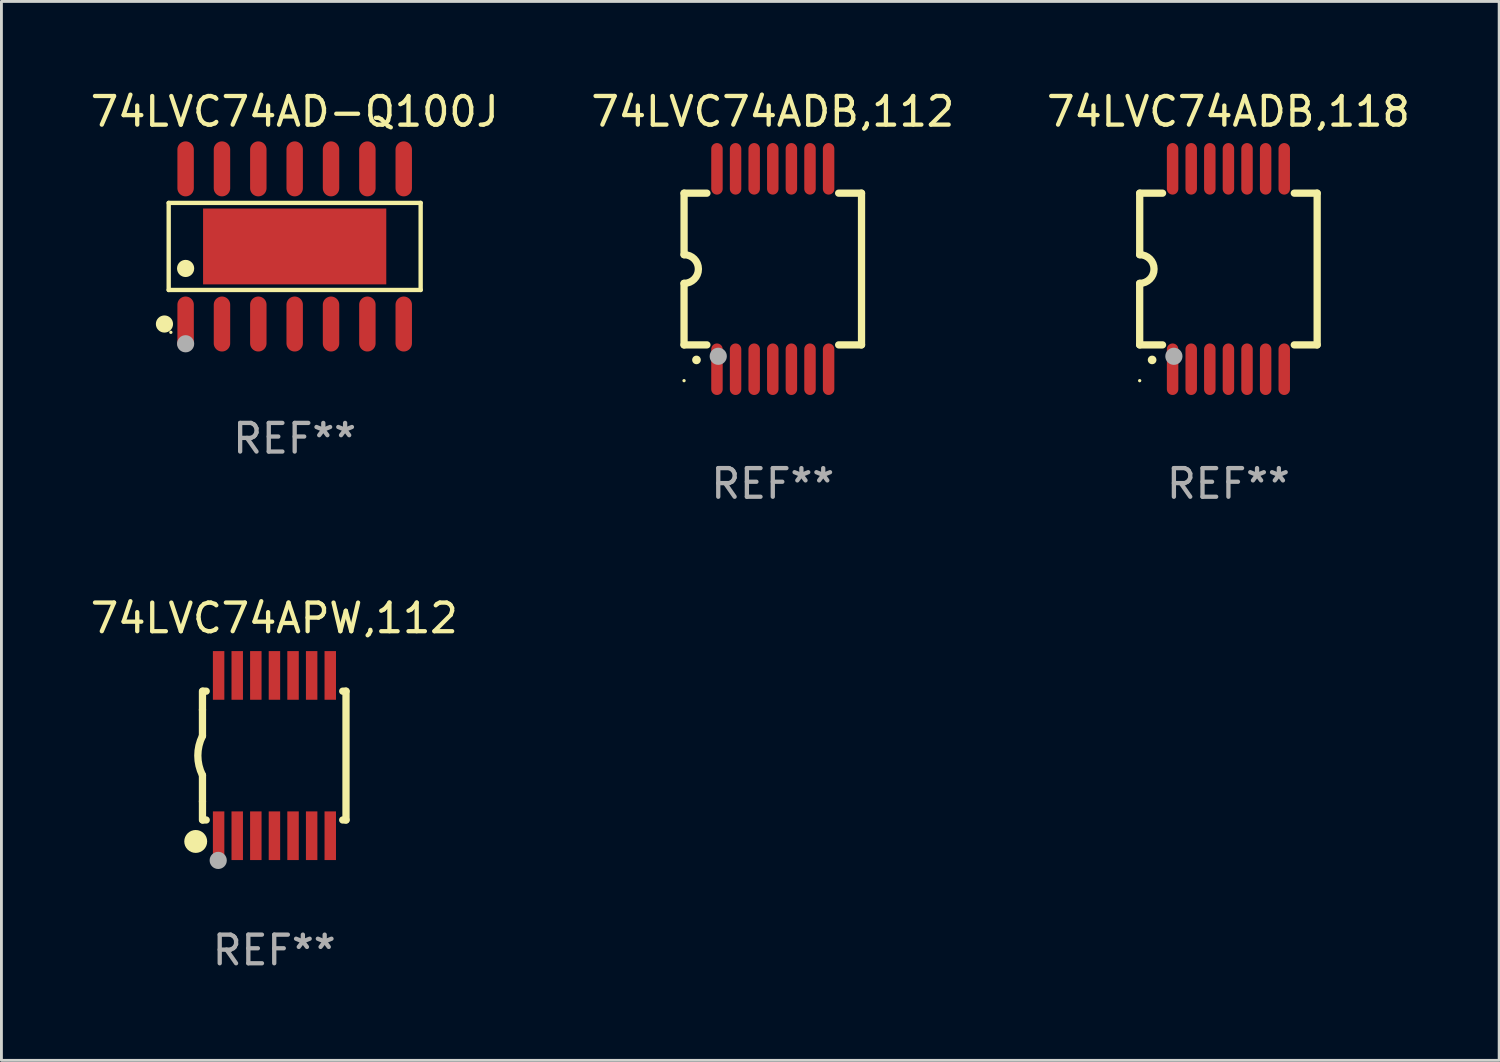
<source format=kicad_pcb>
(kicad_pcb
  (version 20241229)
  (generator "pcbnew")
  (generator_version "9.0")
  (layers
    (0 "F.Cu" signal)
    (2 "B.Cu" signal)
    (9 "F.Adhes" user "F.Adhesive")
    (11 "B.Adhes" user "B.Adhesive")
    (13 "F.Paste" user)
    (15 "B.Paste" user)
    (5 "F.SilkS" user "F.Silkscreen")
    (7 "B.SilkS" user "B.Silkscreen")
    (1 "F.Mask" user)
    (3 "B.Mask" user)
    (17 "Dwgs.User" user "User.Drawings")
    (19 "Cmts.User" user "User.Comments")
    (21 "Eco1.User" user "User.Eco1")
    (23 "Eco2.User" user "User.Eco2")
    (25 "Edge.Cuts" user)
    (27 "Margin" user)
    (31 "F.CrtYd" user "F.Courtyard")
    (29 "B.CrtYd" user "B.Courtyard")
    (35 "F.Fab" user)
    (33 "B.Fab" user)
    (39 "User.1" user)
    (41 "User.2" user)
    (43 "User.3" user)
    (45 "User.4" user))
  (footprint "74LVC74AD-Q100J"
    (layer "F.Cu")
    (at 7.244 5.559)
    (property "Reference" "74LVC74AD-Q100J" (at 0 -4.71 0) (layer "F.SilkS") (effects (font (size 1 1) (thickness 0.15))))
    (attr through_hole)
    (fp_line (start -4.401 -1.521) (end 4.401 -1.521) (stroke (width 0.152) (type solid)) (layer "F.SilkS"))
    (fp_line (start -4.401 1.521) (end -4.401 -1.521) (stroke (width 0.152) (type solid)) (layer "F.SilkS"))
    (fp_line (start 4.401 -1.521) (end 4.401 1.521) (stroke (width 0.152) (type solid)) (layer "F.SilkS"))
    (fp_line (start 4.401 1.521) (end -4.401 1.521) (stroke (width 0.152) (type solid)) (layer "F.SilkS"))
    (fp_circle (center -4.549 2.71) (end -4.399 2.71) (stroke (width 0.3) (type solid)) (fill no) (layer "F.SilkS"))
    (fp_circle (center -4.325 3) (end -4.295 3) (stroke (width 0.06) (type solid)) (fill no) (layer "F.SilkS"))
    (fp_circle (center -3.81 0.769) (end -3.66 0.769) (stroke (width 0.3) (type solid)) (fill no) (layer "F.SilkS"))
    (fp_circle (center -3.81 3.4) (end -3.66 3.4) (stroke (width 0.3) (type solid)) (fill no) (layer "F.Fab"))
    (fp_text user "REF**" (at 0 6.71 0) (layer "F.Fab") (effects (font (size 1 1) (thickness 0.15))))
    (pad "1" smd oval (at -3.81 2.71) (size 0.574 1.921) (layers "F.Cu" "F.Mask" "F.Paste"))
    (pad "2" smd oval (at -2.54 2.71) (size 0.574 1.921) (layers "F.Cu" "F.Mask" "F.Paste"))
    (pad "3" smd oval (at -1.27 2.71) (size 0.574 1.921) (layers "F.Cu" "F.Mask" "F.Paste"))
    (pad "4" smd oval (at 0 2.71) (size 0.574 1.921) (layers "F.Cu" "F.Mask" "F.Paste"))
    (pad "5" smd oval (at 1.27 2.71) (size 0.574 1.921) (layers "F.Cu" "F.Mask" "F.Paste"))
    (pad "6" smd oval (at 2.54 2.71) (size 0.574 1.921) (layers "F.Cu" "F.Mask" "F.Paste"))
    (pad "7" smd oval (at 3.81 2.71) (size 0.574 1.921) (layers "F.Cu" "F.Mask" "F.Paste"))
    (pad "8" smd oval (at 3.81 -2.71) (size 0.574 1.921) (layers "F.Cu" "F.Mask" "F.Paste"))
    (pad "9" smd oval (at 2.54 -2.71) (size 0.574 1.921) (layers "F.Cu" "F.Mask" "F.Paste"))
    (pad "10" smd oval (at 1.27 -2.71) (size 0.574 1.921) (layers "F.Cu" "F.Mask" "F.Paste"))
    (pad "11" smd oval (at 0 -2.71) (size 0.574 1.921) (layers "F.Cu" "F.Mask" "F.Paste"))
    (pad "12" smd oval (at -1.27 -2.71) (size 0.574 1.921) (layers "F.Cu" "F.Mask" "F.Paste"))
    (pad "13" smd oval (at -2.54 -2.71) (size 0.574 1.921) (layers "F.Cu" "F.Mask" "F.Paste"))
    (pad "14" smd oval (at -3.81 -2.71) (size 0.574 1.921) (layers "F.Cu" "F.Mask" "F.Paste"))
    (pad "15" smd rect (at 0 0) (size 6.4 2.65) (layers "F.Cu" "F.Mask" "F.Paste")))
  (footprint "74LVC74APW,112"
    (layer "F.Cu")
    (at 6.53 23.345)
    (property "Reference" "74LVC74APW,112" (at 0 -4.8 0) (layer "F.SilkS") (effects (font (size 1 1) (thickness 0.15))))
    (attr through_hole)
    (fp_line (start -2.507 -1.6) (end -2.507 -2.25) (stroke (width 0.254) (type solid)) (layer "F.SilkS"))
    (fp_line (start -2.507 -0.686) (end -2.507 -1.6) (stroke (width 0.254) (type solid)) (layer "F.SilkS"))
    (fp_line (start -2.507 1.6) (end -2.507 0.686) (stroke (width 0.254) (type solid)) (layer "F.SilkS"))
    (fp_line (start -2.507 1.6) (end -2.507 2.25) (stroke (width 0.254) (type solid)) (layer "F.SilkS"))
    (fp_line (start -2.493 -2.25) (end -2.377 -2.25) (stroke (width 0.254) (type solid)) (layer "F.SilkS"))
    (fp_line (start -2.377 2.25) (end -2.493 2.25) (stroke (width 0.254) (type solid)) (layer "F.SilkS"))
    (fp_line (start 2.392 -2.25) (end 2.507 -2.25) (stroke (width 0.254) (type solid)) (layer "F.SilkS"))
    (fp_line (start 2.507 -2.25) (end 2.507 2.25) (stroke (width 0.254) (type solid)) (layer "F.SilkS"))
    (fp_line (start 2.507 2.25) (end 2.392 2.25) (stroke (width 0.254) (type solid)) (layer "F.SilkS"))
    (fp_arc (start -2.507303 0.685802) (mid -2.669199 0) (end -2.507303 -0.685801) (stroke (width 0.254001) (type solid)) (layer "F.SilkS"))
    (fp_circle (center -2.743 3) (end -2.543 3) (stroke (width 0.4) (type solid)) (fill no) (layer "F.SilkS"))
    (fp_circle (center -2.493 3.2) (end -2.463 3.2) (stroke (width 0.06) (type solid)) (fill no) (layer "F.SilkS"))
    (fp_circle (center -1.957 3.662) (end -1.807 3.662) (stroke (width 0.3) (type solid)) (fill no) (layer "F.Fab"))
    (fp_text user "REF**" (at 0 6.8 0) (layer "F.Fab") (effects (font (size 1 1) (thickness 0.15))))
    (pad "1" smd rect (at -1.943 2.8) (size 0.4 1.7) (layers "F.Cu" "F.Mask" "F.Paste"))
    (pad "2" smd rect (at -1.293 2.8) (size 0.4 1.7) (layers "F.Cu" "F.Mask" "F.Paste"))
    (pad "3" smd rect (at -0.643 2.8) (size 0.4 1.7) (layers "F.Cu" "F.Mask" "F.Paste"))
    (pad "4" smd rect (at 0.007 2.8) (size 0.4 1.7) (layers "F.Cu" "F.Mask" "F.Paste"))
    (pad "5" smd rect (at 0.657 2.8) (size 0.4 1.7) (layers "F.Cu" "F.Mask" "F.Paste"))
    (pad "6" smd rect (at 1.307 2.8) (size 0.4 1.7) (layers "F.Cu" "F.Mask" "F.Paste"))
    (pad "7" smd rect (at 1.957 2.8) (size 0.4 1.7) (layers "F.Cu" "F.Mask" "F.Paste"))
    (pad "8" smd rect (at 1.957 -2.8) (size 0.4 1.7) (layers "F.Cu" "F.Mask" "F.Paste"))
    (pad "9" smd rect (at 1.307 -2.8) (size 0.4 1.7) (layers "F.Cu" "F.Mask" "F.Paste"))
    (pad "10" smd rect (at 0.657 -2.8) (size 0.4 1.7) (layers "F.Cu" "F.Mask" "F.Paste"))
    (pad "11" smd rect (at 0.007 -2.8) (size 0.4 1.7) (layers "F.Cu" "F.Mask" "F.Paste"))
    (pad "12" smd rect (at -0.643 -2.8) (size 0.4 1.7) (layers "F.Cu" "F.Mask" "F.Paste"))
    (pad "13" smd rect (at -1.293 -2.8) (size 0.4 1.7) (layers "F.Cu" "F.Mask" "F.Paste"))
    (pad "14" smd rect (at -1.943 -2.8) (size 0.4 1.7) (layers "F.Cu" "F.Mask" "F.Paste")))
  (footprint "74LVC74ADB,118"
    (layer "F.Cu")
    (at 39.863 6.348)
    (property "Reference" "74LVC74ADB,118" (at 0 -5.5 0) (layer "F.SilkS") (effects (font (size 1 1) (thickness 0.15))))
    (attr through_hole)
    (fp_line (start -3.1 2.65) (end -3.1 0.5) (stroke (width 0.254) (type solid)) (layer "F.SilkS"))
    (fp_line (start -3.099 -2.65) (end -2.301 -2.65) (stroke (width 0.254) (type solid)) (layer "F.SilkS"))
    (fp_line (start -3.099 -0.5) (end -3.099 -2.65) (stroke (width 0.254) (type solid)) (layer "F.SilkS"))
    (fp_line (start -2.301 2.65) (end -3.1 2.65) (stroke (width 0.254) (type solid)) (layer "F.SilkS"))
    (fp_line (start 2.301 -2.65) (end 3.1 -2.65) (stroke (width 0.254) (type solid)) (layer "F.SilkS"))
    (fp_line (start 3.1 -2.65) (end 3.1 2.65) (stroke (width 0.254) (type solid)) (layer "F.SilkS"))
    (fp_line (start 3.1 2.65) (end 2.301 2.65) (stroke (width 0.254) (type solid)) (layer "F.SilkS"))
    (fp_arc (start -3.098806 -0.500381) (mid -2.598806 0) (end -3.098806 0.500381) (stroke (width 0.254001) (type solid)) (layer "F.SilkS"))
    (fp_arc (start -2.667005 3.175006) (mid -2.665735 3.175001) (end -2.664465 3.175006) (stroke (width 0.3) (type solid)) (layer "F.SilkS"))
    (fp_circle (center -3.1 3.9) (end -3.07 3.9) (stroke (width 0.06) (type solid)) (fill no) (layer "F.SilkS"))
    (fp_circle (center -1.905 3.048) (end -1.755 3.048) (stroke (width 0.3) (type solid)) (fill no) (layer "F.Fab"))
    (fp_text user "REF**" (at 0 7.5 0) (layer "F.Fab") (effects (font (size 1 1) (thickness 0.15))))
    (pad "1" smd oval (at -1.95 3.5 270) (size 1.8 0.4) (layers "F.Cu" "F.Mask" "F.Paste"))
    (pad "2" smd oval (at -1.3 3.5 270) (size 1.8 0.4) (layers "F.Cu" "F.Mask" "F.Paste"))
    (pad "3" smd oval (at -0.65 3.5 270) (size 1.8 0.4) (layers "F.Cu" "F.Mask" "F.Paste"))
    (pad "4" smd oval (at 0 3.5 270) (size 1.8 0.4) (layers "F.Cu" "F.Mask" "F.Paste"))
    (pad "5" smd oval (at 0.65 3.5 270) (size 1.8 0.4) (layers "F.Cu" "F.Mask" "F.Paste"))
    (pad "6" smd oval (at 1.3 3.5 270) (size 1.8 0.4) (layers "F.Cu" "F.Mask" "F.Paste"))
    (pad "7" smd oval (at 1.95 3.5 270) (size 1.8 0.4) (layers "F.Cu" "F.Mask" "F.Paste"))
    (pad "8" smd oval (at 1.95 -3.5 90) (size 1.8 0.4) (layers "F.Cu" "F.Mask" "F.Paste"))
    (pad "9" smd oval (at 1.3 -3.5 90) (size 1.8 0.4) (layers "F.Cu" "F.Mask" "F.Paste"))
    (pad "10" smd oval (at 0.65 -3.5 90) (size 1.8 0.4) (layers "F.Cu" "F.Mask" "F.Paste"))
    (pad "11" smd oval (at 0 -3.5 90) (size 1.8 0.4) (layers "F.Cu" "F.Mask" "F.Paste"))
    (pad "12" smd oval (at -0.65 -3.5 90) (size 1.8 0.4) (layers "F.Cu" "F.Mask" "F.Paste"))
    (pad "13" smd oval (at -1.3 -3.5 90) (size 1.8 0.4) (layers "F.Cu" "F.Mask" "F.Paste"))
    (pad "14" smd oval (at -1.95 -3.5 90) (size 1.8 0.4) (layers "F.Cu" "F.Mask" "F.Paste")))
  (footprint "74LVC74ADB,112"
    (layer "F.Cu")
    (at 23.946 6.348)
    (property "Reference" "74LVC74ADB,112" (at 0 -5.5 0) (layer "F.SilkS") (effects (font (size 1 1) (thickness 0.15))))
    (attr through_hole)
    (fp_line (start -3.1 2.65) (end -3.1 0.5) (stroke (width 0.254) (type solid)) (layer "F.SilkS"))
    (fp_line (start -3.099 -2.65) (end -2.301 -2.65) (stroke (width 0.254) (type solid)) (layer "F.SilkS"))
    (fp_line (start -3.099 -0.5) (end -3.099 -2.65) (stroke (width 0.254) (type solid)) (layer "F.SilkS"))
    (fp_line (start -2.301 2.65) (end -3.1 2.65) (stroke (width 0.254) (type solid)) (layer "F.SilkS"))
    (fp_line (start 2.301 -2.65) (end 3.1 -2.65) (stroke (width 0.254) (type solid)) (layer "F.SilkS"))
    (fp_line (start 3.1 -2.65) (end 3.1 2.65) (stroke (width 0.254) (type solid)) (layer "F.SilkS"))
    (fp_line (start 3.1 2.65) (end 2.301 2.65) (stroke (width 0.254) (type solid)) (layer "F.SilkS"))
    (fp_arc (start -3.098806 -0.500381) (mid -2.598806 0) (end -3.098806 0.500381) (stroke (width 0.254001) (type solid)) (layer "F.SilkS"))
    (fp_arc (start -2.667005 3.175006) (mid -2.665735 3.175001) (end -2.664465 3.175006) (stroke (width 0.3) (type solid)) (layer "F.SilkS"))
    (fp_circle (center -3.1 3.9) (end -3.07 3.9) (stroke (width 0.06) (type solid)) (fill no) (layer "F.SilkS"))
    (fp_circle (center -1.905 3.048) (end -1.755 3.048) (stroke (width 0.3) (type solid)) (fill no) (layer "F.Fab"))
    (fp_text user "REF**" (at 0 7.5 0) (layer "F.Fab") (effects (font (size 1 1) (thickness 0.15))))
    (pad "1" smd oval (at -1.95 3.5 270) (size 1.8 0.4) (layers "F.Cu" "F.Mask" "F.Paste"))
    (pad "2" smd oval (at -1.3 3.5 270) (size 1.8 0.4) (layers "F.Cu" "F.Mask" "F.Paste"))
    (pad "3" smd oval (at -0.65 3.5 270) (size 1.8 0.4) (layers "F.Cu" "F.Mask" "F.Paste"))
    (pad "4" smd oval (at 0 3.5 270) (size 1.8 0.4) (layers "F.Cu" "F.Mask" "F.Paste"))
    (pad "5" smd oval (at 0.65 3.5 270) (size 1.8 0.4) (layers "F.Cu" "F.Mask" "F.Paste"))
    (pad "6" smd oval (at 1.3 3.5 270) (size 1.8 0.4) (layers "F.Cu" "F.Mask" "F.Paste"))
    (pad "7" smd oval (at 1.95 3.5 270) (size 1.8 0.4) (layers "F.Cu" "F.Mask" "F.Paste"))
    (pad "8" smd oval (at 1.95 -3.5 90) (size 1.8 0.4) (layers "F.Cu" "F.Mask" "F.Paste"))
    (pad "9" smd oval (at 1.3 -3.5 90) (size 1.8 0.4) (layers "F.Cu" "F.Mask" "F.Paste"))
    (pad "10" smd oval (at 0.65 -3.5 90) (size 1.8 0.4) (layers "F.Cu" "F.Mask" "F.Paste"))
    (pad "11" smd oval (at 0 -3.5 90) (size 1.8 0.4) (layers "F.Cu" "F.Mask" "F.Paste"))
    (pad "12" smd oval (at -0.65 -3.5 90) (size 1.8 0.4) (layers "F.Cu" "F.Mask" "F.Paste"))
    (pad "13" smd oval (at -1.3 -3.5 90) (size 1.8 0.4) (layers "F.Cu" "F.Mask" "F.Paste"))
    (pad "14" smd oval (at -1.95 -3.5 90) (size 1.8 0.4) (layers "F.Cu" "F.Mask" "F.Paste")))
  (gr_rect
    (start -3 -3)
    (end 49.321 33.993)
    (stroke (width 0.1) (type default))
    (fill no)
    (layer "Edge.Cuts")))
</source>
